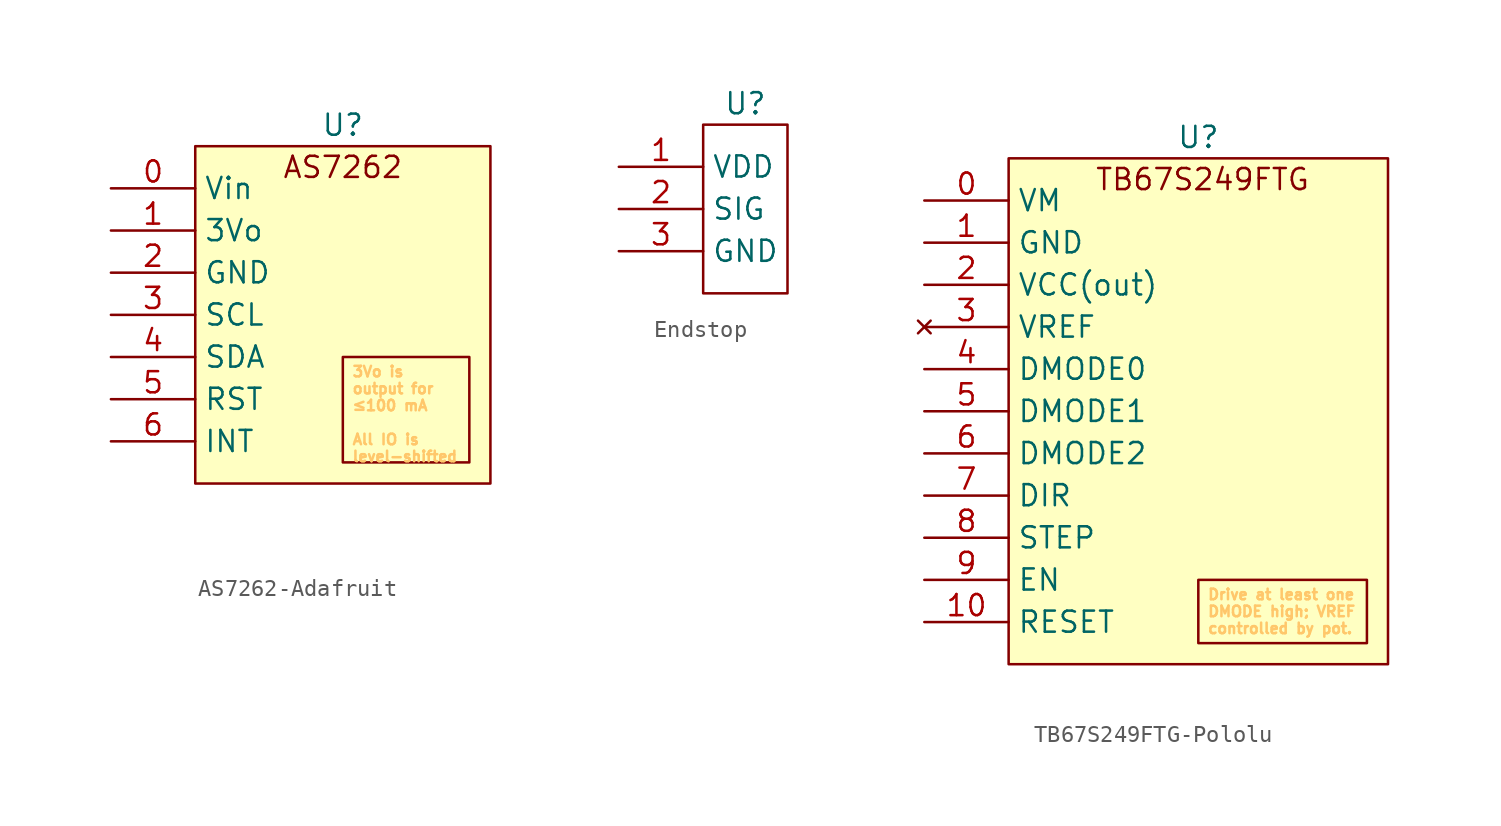
<source format=kicad_sym>
(kicad_symbol_lib
  (version 20231120)
  (generator "kicad_symbol_editor")
  (generator_version "8.0")
  (symbol "AS7262-Adafruit"
    (property "Reference" "U"
      (at 0 11.43 0)
      (effects (font (size 1.27 1.27))))
    (property "Value" ""
      (at 0 -12.7 0)
      (effects (font (size 1.27 1.27))))
    (symbol "AS7262-Adafruit_1_1"
      (rectangle (start -8.89 10.16) (end 8.89 -10.16) (stroke (width 0) (type default)) (fill (type background)))
      (text "AS7262" (at 0 8.89 0) (effects (font (size 1.27 1.27))))
      (text_box "3Vo is output for ≤100 mA\n\nAll IO is level-shifted" (at 0 -2.54 0) (size 7.62 -6.35) (stroke (width 0) (type default)) (fill (type none)) (effects (font (size 0.635 0.635) (color 255 199 107 1)) (justify left top)))
      (pin power_in line (at -13.97 7.62 0) (length 5.08) (name "Vin" (effects (font (size 1.27 1.27)))) (number "0" (effects (font (size 1.27 1.27)))))
      (pin power_out line (at -13.97 5.08 0) (length 5.08) (name "3Vo" (effects (font (size 1.27 1.27)))) (number "1" (effects (font (size 1.27 1.27)))))
      (pin power_in line (at -13.97 2.54 0) (length 5.08) (name "GND" (effects (font (size 1.27 1.27)))) (number "2" (effects (font (size 1.27 1.27)))))
      (pin input line (at -13.97 0 0) (length 5.08) (name "SCL" (effects (font (size 1.27 1.27)))) (number "3" (effects (font (size 1.27 1.27)))))
      (pin bidirectional line (at -13.97 -2.54 0) (length 5.08) (name "SDA" (effects (font (size 1.27 1.27)))) (number "4" (effects (font (size 1.27 1.27)))))
      (pin input line (at -13.97 -5.08 0) (length 5.08) (name "RST" (effects (font (size 1.27 1.27)))) (number "5" (effects (font (size 1.27 1.27)))))
      (pin output line (at -13.97 -7.62 0) (length 5.08) (name "INT" (effects (font (size 1.27 1.27)))) (number "6" (effects (font (size 1.27 1.27)))))))
  (symbol "Endstop"
    (property "Reference" "U"
      (at 0 6.35 0)
      (effects (font (size 1.27 1.27))))
    (property "Value" ""
      (at 0 0 0)
      (effects (font (size 1.27 1.27))))
    (symbol "Endstop_0_1"
      (rectangle (start -2.54 5.08) (end 2.54 -5.08) (stroke (width 0) (type default)) (fill (type none))))
    (symbol "Endstop_1_1"
      (pin power_in line (at -7.62 2.54 0) (length 5.08) (name "VDD" (effects (font (size 1.27 1.27)))) (number "1" (effects (font (size 1.27 1.27)))))
      (pin output line (at -7.62 0 0) (length 5.08) (name "SIG" (effects (font (size 1.27 1.27)))) (number "2" (effects (font (size 1.27 1.27)))))
      (pin power_in line (at -7.62 -2.54 0) (length 5.08) (name "GND" (effects (font (size 1.27 1.27)))) (number "3" (effects (font (size 1.27 1.27)))))))
  (symbol "TB67S249FTG-Pololu"
    (property "Reference" "U"
      (at 0 11.43 0)
      (effects (font (size 1.27 1.27))))
    (property "Value" ""
      (at 0 -12.7 0)
      (effects (font (size 1.27 1.27))))
    (symbol "TB67S249FTG-Pololu_1_1"
      (rectangle (start -11.43 10.16) (end 11.43 -20.32) (stroke (width 0) (type default)) (fill (type background)))
      (text "TB67S249FTG" (at 0.254 8.89 0) (effects (font (size 1.27 1.27))))
      (text_box "Drive at least one DMODE high; VREF controlled by pot. " (at 0 -15.24 0) (size 10.16 -3.81) (stroke (width 0) (type default)) (fill (type none)) (effects (font (size 0.635 0.635) (color 255 199 107 1)) (justify left top)))
      (pin power_out line (at -16.51 7.62 0) (length 5.08) (name "VM" (effects (font (size 1.27 1.27)))) (number "0" (effects (font (size 1.27 1.27)))))
      (pin power_in line (at -16.51 5.08 0) (length 5.08) (name "GND" (effects (font (size 1.27 1.27)))) (number "1" (effects (font (size 1.27 1.27)))))
      (pin input line (at -16.51 -17.78 0) (length 5.08) (name "RESET" (effects (font (size 1.27 1.27)))) (number "10" (effects (font (size 1.27 1.27)))))
      (pin power_out line (at -16.51 2.54 0) (length 5.08) (name "VCC(out)" (effects (font (size 1.27 1.27)))) (number "2" (effects (font (size 1.27 1.27)))))
      (pin no_connect line (at -16.51 0 0) (length 5.08) (name "VREF" (effects (font (size 1.27 1.27)))) (number "3" (effects (font (size 1.27 1.27)))))
      (pin input line (at -16.51 -2.54 0) (length 5.08) (name "DMODE0" (effects (font (size 1.27 1.27)))) (number "4" (effects (font (size 1.27 1.27)))))
      (pin input line (at -16.51 -5.08 0) (length 5.08) (name "DMODE1" (effects (font (size 1.27 1.27)))) (number "5" (effects (font (size 1.27 1.27)))))
      (pin input line (at -16.51 -7.62 0) (length 5.08) (name "DMODE2" (effects (font (size 1.27 1.27)))) (number "6" (effects (font (size 1.27 1.27)))))
      (pin input line (at -16.51 -10.16 0) (length 5.08) (name "DIR" (effects (font (size 1.27 1.27)))) (number "7" (effects (font (size 1.27 1.27)))))
      (pin input line (at -16.51 -12.7 0) (length 5.08) (name "STEP" (effects (font (size 1.27 1.27)))) (number "8" (effects (font (size 1.27 1.27)))))
      (pin input line (at -16.51 -15.24 0) (length 5.08) (name "EN" (effects (font (size 1.27 1.27)))) (number "9" (effects (font (size 1.27 1.27))))))))
</source>
